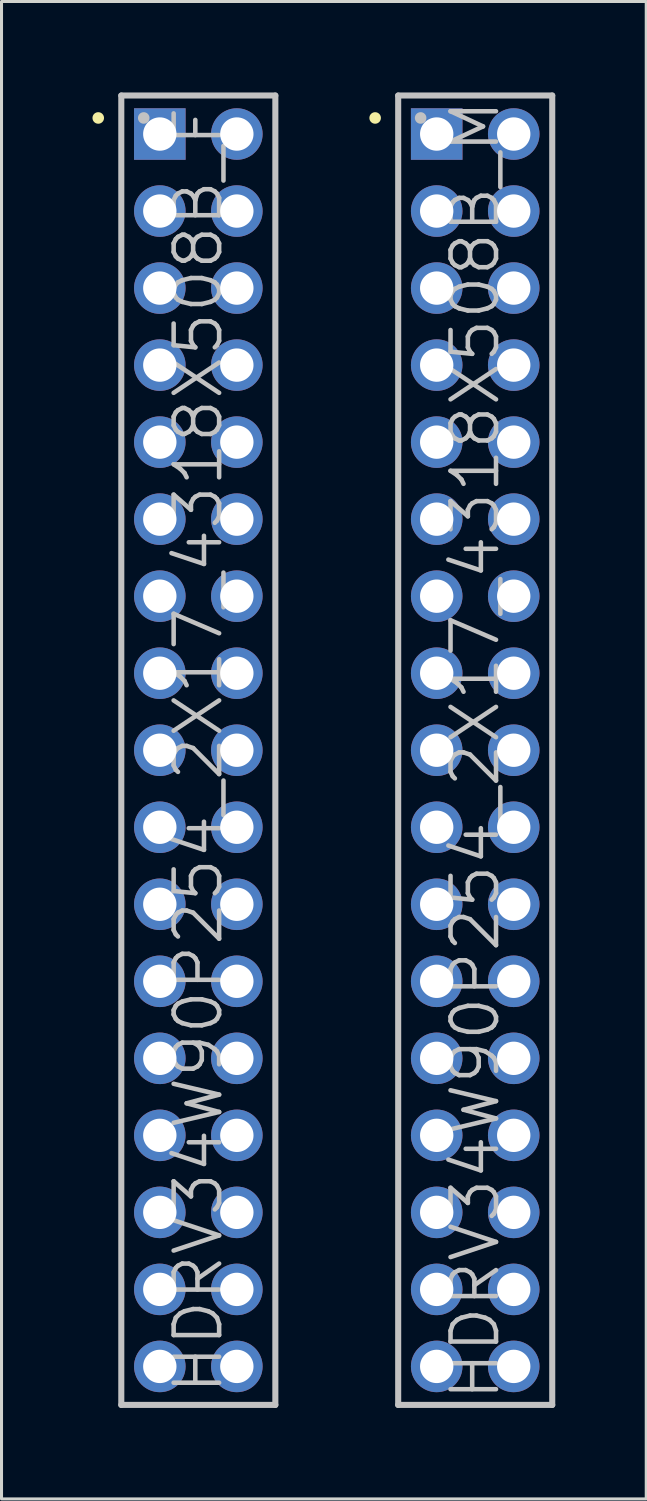
<source format=kicad_pcb>
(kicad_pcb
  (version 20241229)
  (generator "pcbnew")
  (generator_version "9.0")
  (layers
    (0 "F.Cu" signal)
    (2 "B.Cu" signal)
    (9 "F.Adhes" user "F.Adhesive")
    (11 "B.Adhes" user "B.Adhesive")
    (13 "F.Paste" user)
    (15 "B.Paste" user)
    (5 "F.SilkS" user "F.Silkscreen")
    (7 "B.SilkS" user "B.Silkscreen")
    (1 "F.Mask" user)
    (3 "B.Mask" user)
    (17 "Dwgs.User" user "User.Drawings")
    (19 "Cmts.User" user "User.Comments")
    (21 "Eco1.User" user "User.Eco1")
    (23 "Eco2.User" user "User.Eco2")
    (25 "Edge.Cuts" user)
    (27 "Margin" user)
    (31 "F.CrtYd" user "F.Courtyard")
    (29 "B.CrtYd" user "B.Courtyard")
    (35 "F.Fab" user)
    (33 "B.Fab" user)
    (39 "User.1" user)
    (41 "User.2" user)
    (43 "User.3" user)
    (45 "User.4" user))
  (footprint "HDRV34W90P254_2X17_4318X508B_F"
    (layer "F.Cu")
    (at 3.49 21.69)
    (property "Reference" "HDRV34W90P254_2X17_4318X508B_F" (at 0 0 90) (layer "Dwgs.User") (effects (font (size 1.5 1.5) (thickness 0.15))))
    (attr through_hole)
    (fp_line (start -3.3 -20.85) (end -3.3 -20.85) (stroke (width 0.381) (type solid)) (layer "F.SilkS"))
    (fp_line (start -2.54 -21.59) (end -2.54 21.59) (stroke (width 0.2) (type solid)) (layer "Dwgs.User"))
    (fp_line (start -2.54 -21.59) (end 2.54 -21.59) (stroke (width 0.2) (type solid)) (layer "Dwgs.User"))
    (fp_line (start -2.54 21.59) (end 2.54 21.59) (stroke (width 0.2) (type solid)) (layer "Dwgs.User"))
    (fp_line (start -1.8 -20.85) (end -1.8 -20.85) (stroke (width 0.381) (type solid)) (layer "Dwgs.User"))
    (fp_line (start 2.54 -21.59) (end 2.54 21.59) (stroke (width 0.2) (type solid)) (layer "Dwgs.User"))
    (pad "1" thru_hole rect (at -1.27 -20.32) (size 1.7 1.7) (drill 1.1) (layers "*.Cu" "*.Mask"))
    (pad "2" thru_hole circle (at 1.27 -20.32 270) (size 1.7 1.7) (drill 1.1) (layers "*.Cu" "*.Mask"))
    (pad "3" thru_hole circle (at -1.27 -17.78 270) (size 1.7 1.7) (drill 1.1) (layers "*.Cu" "*.Mask"))
    (pad "4" thru_hole circle (at 1.27 -17.78 270) (size 1.7 1.7) (drill 1.1) (layers "*.Cu" "*.Mask"))
    (pad "5" thru_hole circle (at -1.27 -15.24 270) (size 1.7 1.7) (drill 1.1) (layers "*.Cu" "*.Mask"))
    (pad "6" thru_hole circle (at 1.27 -15.24 270) (size 1.7 1.7) (drill 1.1) (layers "*.Cu" "*.Mask"))
    (pad "7" thru_hole circle (at -1.27 -12.7 270) (size 1.7 1.7) (drill 1.1) (layers "*.Cu" "*.Mask"))
    (pad "8" thru_hole circle (at 1.27 -12.7 270) (size 1.7 1.7) (drill 1.1) (layers "*.Cu" "*.Mask"))
    (pad "9" thru_hole circle (at -1.27 -10.16 270) (size 1.7 1.7) (drill 1.1) (layers "*.Cu" "*.Mask"))
    (pad "10" thru_hole circle (at 1.27 -10.16 270) (size 1.7 1.7) (drill 1.1) (layers "*.Cu" "*.Mask"))
    (pad "11" thru_hole circle (at -1.27 -7.62 270) (size 1.7 1.7) (drill 1.1) (layers "*.Cu" "*.Mask"))
    (pad "12" thru_hole circle (at 1.27 -7.62 270) (size 1.7 1.7) (drill 1.1) (layers "*.Cu" "*.Mask"))
    (pad "13" thru_hole circle (at -1.27 -5.08 270) (size 1.7 1.7) (drill 1.1) (layers "*.Cu" "*.Mask"))
    (pad "14" thru_hole circle (at 1.27 -5.08 270) (size 1.7 1.7) (drill 1.1) (layers "*.Cu" "*.Mask"))
    (pad "15" thru_hole circle (at -1.27 -2.54 270) (size 1.7 1.7) (drill 1.1) (layers "*.Cu" "*.Mask"))
    (pad "16" thru_hole circle (at 1.27 -2.54 270) (size 1.7 1.7) (drill 1.1) (layers "*.Cu" "*.Mask"))
    (pad "17" thru_hole circle (at -1.27 0 270) (size 1.7 1.7) (drill 1.1) (layers "*.Cu" "*.Mask"))
    (pad "18" thru_hole circle (at 1.27 0 270) (size 1.7 1.7) (drill 1.1) (layers "*.Cu" "*.Mask"))
    (pad "19" thru_hole circle (at -1.27 2.54 270) (size 1.7 1.7) (drill 1.1) (layers "*.Cu" "*.Mask"))
    (pad "20" thru_hole circle (at 1.27 2.54 270) (size 1.7 1.7) (drill 1.1) (layers "*.Cu" "*.Mask"))
    (pad "21" thru_hole circle (at -1.27 5.08 270) (size 1.7 1.7) (drill 1.1) (layers "*.Cu" "*.Mask"))
    (pad "22" thru_hole circle (at 1.27 5.08 270) (size 1.7 1.7) (drill 1.1) (layers "*.Cu" "*.Mask"))
    (pad "23" thru_hole circle (at -1.27 7.62 270) (size 1.7 1.7) (drill 1.1) (layers "*.Cu" "*.Mask"))
    (pad "24" thru_hole circle (at 1.27 7.62 270) (size 1.7 1.7) (drill 1.1) (layers "*.Cu" "*.Mask"))
    (pad "25" thru_hole circle (at -1.27 10.16 270) (size 1.7 1.7) (drill 1.1) (layers "*.Cu" "*.Mask"))
    (pad "26" thru_hole circle (at 1.27 10.16 270) (size 1.7 1.7) (drill 1.1) (layers "*.Cu" "*.Mask"))
    (pad "27" thru_hole circle (at -1.27 12.7 270) (size 1.7 1.7) (drill 1.1) (layers "*.Cu" "*.Mask"))
    (pad "28" thru_hole circle (at 1.27 12.7 270) (size 1.7 1.7) (drill 1.1) (layers "*.Cu" "*.Mask"))
    (pad "29" thru_hole circle (at -1.27 15.24 270) (size 1.7 1.7) (drill 1.1) (layers "*.Cu" "*.Mask"))
    (pad "30" thru_hole circle (at 1.27 15.24 270) (size 1.7 1.7) (drill 1.1) (layers "*.Cu" "*.Mask"))
    (pad "31" thru_hole circle (at -1.27 17.78 270) (size 1.7 1.7) (drill 1.1) (layers "*.Cu" "*.Mask"))
    (pad "32" thru_hole circle (at 1.27 17.78 270) (size 1.7 1.7) (drill 1.1) (layers "*.Cu" "*.Mask"))
    (pad "33" thru_hole circle (at -1.27 20.32 270) (size 1.7 1.7) (drill 1.1) (layers "*.Cu" "*.Mask"))
    (pad "34" thru_hole circle (at 1.27 20.32 270) (size 1.7 1.7) (drill 1.1) (layers "*.Cu" "*.Mask")))
  (footprint "HDRV34W90P254_2X17_4318X508B_M"
    (layer "F.Cu")
    (at 12.621 21.69)
    (property "Reference" "HDRV34W90P254_2X17_4318X508B_M" (at 0 0 90) (layer "Dwgs.User") (effects (font (size 1.5 1.5) (thickness 0.15))))
    (attr through_hole)
    (fp_line (start -3.3 -20.85) (end -3.3 -20.85) (stroke (width 0.381) (type solid)) (layer "F.SilkS"))
    (fp_line (start -2.54 -21.59) (end -2.54 21.59) (stroke (width 0.2) (type solid)) (layer "Dwgs.User"))
    (fp_line (start -2.54 -21.59) (end 2.54 -21.59) (stroke (width 0.2) (type solid)) (layer "Dwgs.User"))
    (fp_line (start -2.54 21.59) (end 2.54 21.59) (stroke (width 0.2) (type solid)) (layer "Dwgs.User"))
    (fp_line (start -1.8 -20.85) (end -1.8 -20.85) (stroke (width 0.381) (type solid)) (layer "Dwgs.User"))
    (fp_line (start 2.54 -21.59) (end 2.54 21.59) (stroke (width 0.2) (type solid)) (layer "Dwgs.User"))
    (pad "1" thru_hole rect (at -1.27 -20.32) (size 1.7 1.7) (drill 1.1) (layers "*.Cu" "*.Mask"))
    (pad "2" thru_hole circle (at 1.27 -20.32 270) (size 1.7 1.7) (drill 1.1) (layers "*.Cu" "*.Mask"))
    (pad "3" thru_hole circle (at -1.27 -17.78 270) (size 1.7 1.7) (drill 1.1) (layers "*.Cu" "*.Mask"))
    (pad "4" thru_hole circle (at 1.27 -17.78 270) (size 1.7 1.7) (drill 1.1) (layers "*.Cu" "*.Mask"))
    (pad "5" thru_hole circle (at -1.27 -15.24 270) (size 1.7 1.7) (drill 1.1) (layers "*.Cu" "*.Mask"))
    (pad "6" thru_hole circle (at 1.27 -15.24 270) (size 1.7 1.7) (drill 1.1) (layers "*.Cu" "*.Mask"))
    (pad "7" thru_hole circle (at -1.27 -12.7 270) (size 1.7 1.7) (drill 1.1) (layers "*.Cu" "*.Mask"))
    (pad "8" thru_hole circle (at 1.27 -12.7 270) (size 1.7 1.7) (drill 1.1) (layers "*.Cu" "*.Mask"))
    (pad "9" thru_hole circle (at -1.27 -10.16 270) (size 1.7 1.7) (drill 1.1) (layers "*.Cu" "*.Mask"))
    (pad "10" thru_hole circle (at 1.27 -10.16 270) (size 1.7 1.7) (drill 1.1) (layers "*.Cu" "*.Mask"))
    (pad "11" thru_hole circle (at -1.27 -7.62 270) (size 1.7 1.7) (drill 1.1) (layers "*.Cu" "*.Mask"))
    (pad "12" thru_hole circle (at 1.27 -7.62 270) (size 1.7 1.7) (drill 1.1) (layers "*.Cu" "*.Mask"))
    (pad "13" thru_hole circle (at -1.27 -5.08 270) (size 1.7 1.7) (drill 1.1) (layers "*.Cu" "*.Mask"))
    (pad "14" thru_hole circle (at 1.27 -5.08 270) (size 1.7 1.7) (drill 1.1) (layers "*.Cu" "*.Mask"))
    (pad "15" thru_hole circle (at -1.27 -2.54 270) (size 1.7 1.7) (drill 1.1) (layers "*.Cu" "*.Mask"))
    (pad "16" thru_hole circle (at 1.27 -2.54 270) (size 1.7 1.7) (drill 1.1) (layers "*.Cu" "*.Mask"))
    (pad "17" thru_hole circle (at -1.27 0 270) (size 1.7 1.7) (drill 1.1) (layers "*.Cu" "*.Mask"))
    (pad "18" thru_hole circle (at 1.27 0 270) (size 1.7 1.7) (drill 1.1) (layers "*.Cu" "*.Mask"))
    (pad "19" thru_hole circle (at -1.27 2.54 270) (size 1.7 1.7) (drill 1.1) (layers "*.Cu" "*.Mask"))
    (pad "20" thru_hole circle (at 1.27 2.54 270) (size 1.7 1.7) (drill 1.1) (layers "*.Cu" "*.Mask"))
    (pad "21" thru_hole circle (at -1.27 5.08 270) (size 1.7 1.7) (drill 1.1) (layers "*.Cu" "*.Mask"))
    (pad "22" thru_hole circle (at 1.27 5.08 270) (size 1.7 1.7) (drill 1.1) (layers "*.Cu" "*.Mask"))
    (pad "23" thru_hole circle (at -1.27 7.62 270) (size 1.7 1.7) (drill 1.1) (layers "*.Cu" "*.Mask"))
    (pad "24" thru_hole circle (at 1.27 7.62 270) (size 1.7 1.7) (drill 1.1) (layers "*.Cu" "*.Mask"))
    (pad "25" thru_hole circle (at -1.27 10.16 270) (size 1.7 1.7) (drill 1.1) (layers "*.Cu" "*.Mask"))
    (pad "26" thru_hole circle (at 1.27 10.16 270) (size 1.7 1.7) (drill 1.1) (layers "*.Cu" "*.Mask"))
    (pad "27" thru_hole circle (at -1.27 12.7 270) (size 1.7 1.7) (drill 1.1) (layers "*.Cu" "*.Mask"))
    (pad "28" thru_hole circle (at 1.27 12.7 270) (size 1.7 1.7) (drill 1.1) (layers "*.Cu" "*.Mask"))
    (pad "29" thru_hole circle (at -1.27 15.24 270) (size 1.7 1.7) (drill 1.1) (layers "*.Cu" "*.Mask"))
    (pad "30" thru_hole circle (at 1.27 15.24 270) (size 1.7 1.7) (drill 1.1) (layers "*.Cu" "*.Mask"))
    (pad "31" thru_hole circle (at -1.27 17.78 270) (size 1.7 1.7) (drill 1.1) (layers "*.Cu" "*.Mask"))
    (pad "32" thru_hole circle (at 1.27 17.78 270) (size 1.7 1.7) (drill 1.1) (layers "*.Cu" "*.Mask"))
    (pad "33" thru_hole circle (at -1.27 20.32 270) (size 1.7 1.7) (drill 1.1) (layers "*.Cu" "*.Mask"))
    (pad "34" thru_hole circle (at 1.27 20.32 270) (size 1.7 1.7) (drill 1.1) (layers "*.Cu" "*.Mask")))
  (gr_rect
    (start -3 -3)
    (end 18.261 46.38)
    (stroke (width 0.1) (type default))
    (fill no)
    (layer "Edge.Cuts")))
</source>
